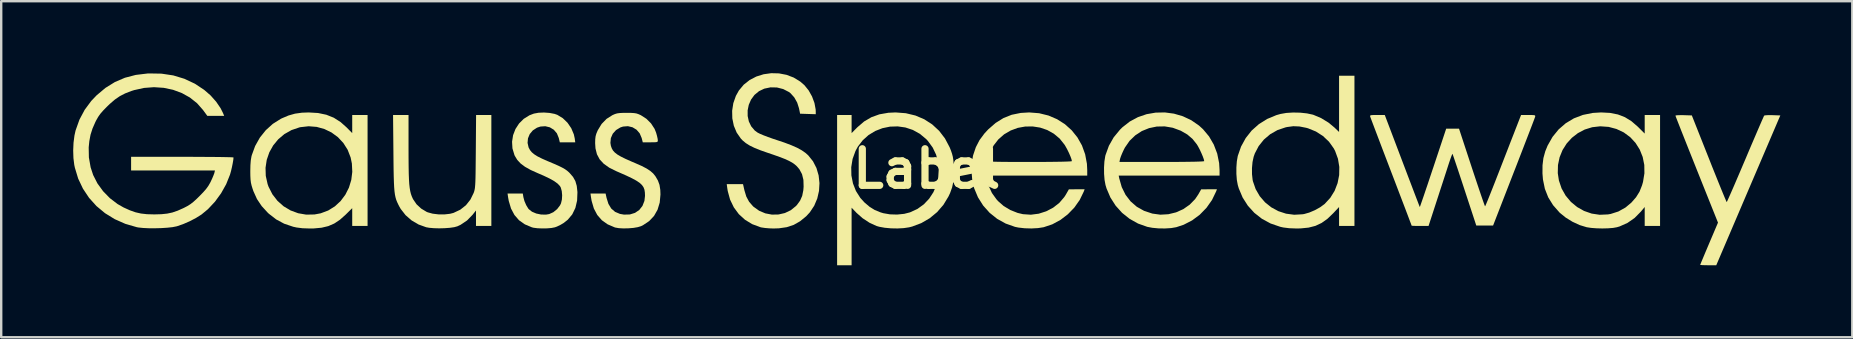
<source format=kicad_pcb>
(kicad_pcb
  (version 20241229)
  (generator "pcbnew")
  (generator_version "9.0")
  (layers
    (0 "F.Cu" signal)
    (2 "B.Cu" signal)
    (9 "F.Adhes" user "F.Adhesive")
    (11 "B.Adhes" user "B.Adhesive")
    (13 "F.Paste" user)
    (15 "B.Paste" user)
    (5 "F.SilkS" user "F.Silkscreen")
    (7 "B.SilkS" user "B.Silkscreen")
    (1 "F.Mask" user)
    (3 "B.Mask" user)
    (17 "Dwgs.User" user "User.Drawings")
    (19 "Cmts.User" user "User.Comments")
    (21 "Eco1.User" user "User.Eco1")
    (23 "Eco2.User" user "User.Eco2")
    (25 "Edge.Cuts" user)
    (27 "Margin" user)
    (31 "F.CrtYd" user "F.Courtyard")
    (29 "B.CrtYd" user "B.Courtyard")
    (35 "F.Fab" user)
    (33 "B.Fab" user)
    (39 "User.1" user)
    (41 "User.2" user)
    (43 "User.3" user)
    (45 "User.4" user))
  (footprint "Label"
    (layer "F.Cu")
    (at 35.568 3.983)
    (property "Reference" "Label" (at 0 0 0) (layer "F.SilkS") (effects (font (size 1.524 1.524) (thickness 0.3))))
    (attr board_only exclude_from_pos_files exclude_from_bom)
    (fp_poly (pts (xy 35.246 -2.234) (xy 35.569 -2.223) (xy 34.234 0.898) (xy 32.9 4.02) (xy 32.565 4.02) (xy 32.421 4.018) (xy 32.307 4.014) (xy 32.241 4.008) (xy 32.23 4.005) (xy 32.244 3.969) (xy 32.281 3.877) (xy 32.34 3.737) (xy 32.415 3.557) (xy 32.504 3.346) (xy 32.601 3.117) (xy 32.972 2.244) (xy 32.085 0.029) (xy 31.935 -0.348) (xy 31.792 -0.706) (xy 31.66 -1.038) (xy 31.54 -1.34) (xy 31.434 -1.607) (xy 31.346 -1.832) (xy 31.276 -2.01) (xy 31.227 -2.136) (xy 31.202 -2.205) (xy 31.199 -2.215) (xy 31.232 -2.226) (xy 31.32 -2.233) (xy 31.449 -2.235) (xy 31.54 -2.234) (xy 31.882 -2.223) (xy 32.598 -0.418) (xy 32.732 -0.079) (xy 32.86 0.239) (xy 32.977 0.53) (xy 33.082 0.789) (xy 33.172 1.009) (xy 33.245 1.184) (xy 33.298 1.309) (xy 33.328 1.376) (xy 33.335 1.387) (xy 33.353 1.356) (xy 33.395 1.264) (xy 33.46 1.119) (xy 33.545 0.926) (xy 33.647 0.692) (xy 33.763 0.421) (xy 33.892 0.121) (xy 34.03 -0.204) (xy 34.114 -0.4) (xy 34.256 -0.737) (xy 34.391 -1.054) (xy 34.516 -1.345) (xy 34.627 -1.604) (xy 34.723 -1.826) (xy 34.8 -2.003) (xy 34.857 -2.131) (xy 34.889 -2.203) (xy 34.897 -2.216) (xy 34.941 -2.227) (xy 35.04 -2.234) (xy 35.174 -2.235)) (stroke (width 0) (type solid)) (fill yes) (layer "F.SilkS"))
    (fp_poly (pts (xy -21.594 -0.839) (xy -21.593 -0.431) (xy -21.59 -0.087) (xy -21.585 0.2) (xy -21.576 0.438) (xy -21.564 0.634) (xy -21.546 0.795) (xy -21.524 0.929) (xy -21.496 1.043) (xy -21.461 1.144) (xy -21.419 1.239) (xy -21.403 1.27) (xy -21.261 1.479) (xy -21.067 1.659) (xy -20.841 1.795) (xy -20.79 1.816) (xy -20.588 1.871) (xy -20.348 1.9) (xy -20.098 1.902) (xy -19.866 1.876) (xy -19.721 1.839) (xy -19.437 1.705) (xy -19.201 1.518) (xy -19.013 1.279) (xy -18.881 1.008) (xy -18.862 0.955) (xy -18.847 0.901) (xy -18.834 0.84) (xy -18.824 0.764) (xy -18.816 0.667) (xy -18.809 0.539) (xy -18.804 0.376) (xy -18.8 0.169) (xy -18.797 -0.089) (xy -18.794 -0.404) (xy -18.791 -0.72) (xy -18.779 -2.241) (xy -18.143 -2.241) (xy -18.143 2.383) (xy -18.783 2.383) (xy -18.783 1.737) (xy -18.929 1.921) (xy -19.156 2.154) (xy -19.425 2.335) (xy -19.56 2.398) (xy -19.69 2.434) (xy -19.873 2.46) (xy -20.087 2.476) (xy -20.314 2.482) (xy -20.536 2.476) (xy -20.732 2.459) (xy -20.86 2.436) (xy -21.176 2.322) (xy -21.466 2.152) (xy -21.717 1.933) (xy -21.919 1.675) (xy -21.975 1.579) (xy -22.027 1.478) (xy -22.071 1.384) (xy -22.108 1.29) (xy -22.137 1.189) (xy -22.161 1.073) (xy -22.179 0.936) (xy -22.193 0.769) (xy -22.203 0.566) (xy -22.211 0.319) (xy -22.217 0.021) (xy -22.221 -0.334) (xy -22.224 -0.667) (xy -22.239 -2.241) (xy -21.594 -2.241)) (stroke (width 0) (type solid)) (fill yes) (layer "F.SilkS"))
    (fp_poly (pts (xy 28.475 -2.328) (xy 28.802 -2.263) (xy 29.095 -2.149) (xy 29.366 -1.982) (xy 29.629 -1.755) (xy 29.642 -1.742) (xy 29.918 -1.467) (xy 29.918 -2.241) (xy 30.558 -2.241) (xy 30.558 2.383) (xy 29.918 2.383) (xy 29.918 1.593) (xy 29.76 1.784) (xy 29.497 2.05) (xy 29.198 2.258) (xy 28.869 2.404) (xy 28.755 2.437) (xy 28.596 2.465) (xy 28.388 2.481) (xy 28.153 2.487) (xy 27.913 2.481) (xy 27.689 2.464) (xy 27.503 2.436) (xy 27.499 2.435) (xy 27.207 2.346) (xy 26.907 2.207) (xy 26.624 2.032) (xy 26.381 1.835) (xy 26.369 1.823) (xy 26.101 1.518) (xy 25.898 1.191) (xy 25.758 0.836) (xy 25.678 0.446) (xy 25.658 0.196) (xy 25.658 0.183) (xy 26.296 0.183) (xy 26.343 0.49) (xy 26.456 0.823) (xy 26.625 1.121) (xy 26.842 1.379) (xy 27.1 1.593) (xy 27.391 1.757) (xy 27.707 1.867) (xy 28.041 1.917) (xy 28.385 1.902) (xy 28.502 1.882) (xy 28.821 1.78) (xy 29.118 1.614) (xy 29.362 1.41) (xy 29.558 1.186) (xy 29.702 0.955) (xy 29.807 0.69) (xy 29.848 0.548) (xy 29.906 0.189) (xy 29.901 -0.16) (xy 29.834 -0.492) (xy 29.711 -0.8) (xy 29.536 -1.077) (xy 29.313 -1.318) (xy 29.047 -1.514) (xy 28.74 -1.659) (xy 28.416 -1.745) (xy 28.066 -1.77) (xy 27.732 -1.732) (xy 27.419 -1.635) (xy 27.134 -1.485) (xy 26.881 -1.289) (xy 26.666 -1.052) (xy 26.494 -0.78) (xy 26.372 -0.48) (xy 26.304 -0.157) (xy 26.296 0.183) (xy 25.658 0.183) (xy 25.66 -0.146) (xy 25.697 -0.446) (xy 25.775 -0.729) (xy 25.872 -0.966) (xy 26.078 -1.329) (xy 26.332 -1.641) (xy 26.63 -1.899) (xy 26.967 -2.101) (xy 27.342 -2.244) (xy 27.75 -2.327) (xy 28.102 -2.348)) (stroke (width 0) (type solid)) (fill yes) (layer "F.SilkS"))
    (fp_poly (pts (xy -25.365 -2.324) (xy -25.02 -2.252) (xy -24.71 -2.128) (xy -24.426 -1.947) (xy -24.184 -1.732) (xy -23.941 -1.487) (xy -23.941 -2.241) (xy -23.301 -2.241) (xy -23.301 2.383) (xy -23.941 2.383) (xy -23.941 1.641) (xy -24.217 1.914) (xy -24.453 2.124) (xy -24.689 2.281) (xy -24.939 2.39) (xy -25.218 2.456) (xy -25.54 2.486) (xy -25.719 2.488) (xy -26.013 2.478) (xy -26.258 2.447) (xy -26.396 2.417) (xy -26.774 2.29) (xy -27.108 2.111) (xy -27.413 1.875) (xy -27.46 1.831) (xy -27.714 1.554) (xy -27.91 1.261) (xy -28.059 0.932) (xy -28.092 0.836) (xy -28.134 0.699) (xy -28.162 0.577) (xy -28.178 0.446) (xy -28.186 0.286) (xy -28.188 0.107) (xy -28.185 -0.042) (xy -27.553 -0.042) (xy -27.543 0.297) (xy -27.467 0.637) (xy -27.427 0.749) (xy -27.266 1.065) (xy -27.054 1.338) (xy -26.8 1.563) (xy -26.51 1.736) (xy -26.193 1.853) (xy -25.858 1.911) (xy -25.511 1.904) (xy -25.255 1.856) (xy -24.942 1.739) (xy -24.664 1.566) (xy -24.424 1.344) (xy -24.228 1.082) (xy -24.078 0.786) (xy -23.98 0.466) (xy -23.938 0.129) (xy -23.955 -0.218) (xy -24.007 -0.471) (xy -24.131 -0.791) (xy -24.311 -1.075) (xy -24.537 -1.317) (xy -24.803 -1.512) (xy -25.1 -1.656) (xy -25.42 -1.745) (xy -25.755 -1.772) (xy -26.097 -1.734) (xy -26.139 -1.725) (xy -26.472 -1.612) (xy -26.769 -1.444) (xy -27.024 -1.228) (xy -27.234 -0.973) (xy -27.395 -0.685) (xy -27.503 -0.372) (xy -27.553 -0.042) (xy -28.185 -0.042) (xy -28.183 -0.147) (xy -28.168 -0.347) (xy -28.14 -0.512) (xy -28.125 -0.569) (xy -27.986 -0.949) (xy -27.789 -1.299) (xy -27.541 -1.609) (xy -27.249 -1.872) (xy -26.92 -2.079) (xy -26.877 -2.101) (xy -26.596 -2.22) (xy -26.324 -2.297) (xy -26.035 -2.337) (xy -25.756 -2.347)) (stroke (width 0) (type solid)) (fill yes) (layer "F.SilkS"))
    (fp_poly (pts (xy -0.871 -2.315) (xy -0.471 -2.219) (xy -0.104 -2.063) (xy 0.227 -1.849) (xy 0.516 -1.582) (xy 0.76 -1.263) (xy 0.954 -0.896) (xy 1.005 -0.769) (xy 1.053 -0.63) (xy 1.086 -0.505) (xy 1.107 -0.373) (xy 1.121 -0.21) (xy 1.129 -0.036) (xy 1.131 0.275) (xy 1.108 0.539) (xy 1.057 0.777) (xy 0.974 1.009) (xy 0.905 1.156) (xy 0.695 1.502) (xy 0.432 1.806) (xy 0.122 2.062) (xy -0.227 2.264) (xy -0.607 2.407) (xy -0.737 2.44) (xy -0.96 2.473) (xy -1.218 2.487) (xy -1.489 2.482) (xy -1.75 2.458) (xy -1.977 2.417) (xy -2.089 2.385) (xy -2.384 2.25) (xy -2.672 2.061) (xy -2.928 1.835) (xy -2.939 1.823) (xy -3.131 1.622) (xy -3.131 4.02) (xy -3.735 4.02) (xy -3.735 -0.066) (xy -3.146 -0.066) (xy -3.14 0.277) (xy -3.074 0.611) (xy -2.95 0.927) (xy -2.769 1.212) (xy -2.602 1.397) (xy -2.384 1.583) (xy -2.167 1.718) (xy -1.926 1.816) (xy -1.811 1.851) (xy -1.535 1.899) (xy -1.235 1.908) (xy -0.94 1.878) (xy -0.697 1.816) (xy -0.387 1.673) (xy -0.12 1.48) (xy 0.102 1.245) (xy 0.277 0.977) (xy 0.404 0.683) (xy 0.48 0.372) (xy 0.505 0.051) (xy 0.475 -0.271) (xy 0.391 -0.585) (xy 0.248 -0.885) (xy 0.047 -1.161) (xy -0.023 -1.237) (xy -0.288 -1.457) (xy -0.579 -1.618) (xy -0.889 -1.721) (xy -1.21 -1.766) (xy -1.532 -1.756) (xy -1.847 -1.691) (xy -2.147 -1.574) (xy -2.424 -1.406) (xy -2.668 -1.187) (xy -2.872 -0.921) (xy -2.97 -0.74) (xy -3.09 -0.409) (xy -3.146 -0.066) (xy -3.735 -0.066) (xy -3.735 -2.241) (xy -3.131 -2.241) (xy -3.131 -1.487) (xy -2.889 -1.731) (xy -2.611 -1.97) (xy -2.307 -2.148) (xy -1.972 -2.269) (xy -1.599 -2.334) (xy -1.298 -2.348)) (stroke (width 0) (type solid)) (fill yes) (layer "F.SilkS"))
    (fp_poly (pts (xy 17.823 2.383) (xy 17.182 2.383) (xy 17.182 1.594) (xy 16.937 1.855) (xy 16.696 2.086) (xy 16.454 2.258) (xy 16.197 2.379) (xy 15.911 2.452) (xy 15.582 2.485) (xy 15.404 2.488) (xy 15.106 2.477) (xy 14.857 2.446) (xy 14.728 2.417) (xy 14.329 2.28) (xy 13.968 2.085) (xy 13.651 1.836) (xy 13.382 1.54) (xy 13.164 1.199) (xy 13.003 0.818) (xy 12.961 0.676) (xy 12.922 0.465) (xy 12.903 0.212) (xy 12.903 -0.031) (xy 13.553 -0.031) (xy 13.554 0.228) (xy 13.58 0.462) (xy 13.592 0.519) (xy 13.706 0.848) (xy 13.877 1.143) (xy 14.096 1.397) (xy 14.357 1.606) (xy 14.652 1.766) (xy 14.973 1.871) (xy 15.312 1.916) (xy 15.662 1.896) (xy 15.728 1.885) (xy 15.939 1.825) (xy 16.17 1.727) (xy 16.391 1.605) (xy 16.572 1.473) (xy 16.583 1.464) (xy 16.817 1.209) (xy 16.997 0.918) (xy 17.12 0.599) (xy 17.186 0.264) (xy 17.192 -0.078) (xy 17.136 -0.416) (xy 17.018 -0.74) (xy 16.961 -0.849) (xy 16.762 -1.128) (xy 16.511 -1.365) (xy 16.217 -1.553) (xy 15.888 -1.687) (xy 15.811 -1.708) (xy 15.531 -1.763) (xy 15.276 -1.774) (xy 15.018 -1.74) (xy 14.95 -1.725) (xy 14.614 -1.611) (xy 14.311 -1.439) (xy 14.048 -1.215) (xy 13.833 -0.947) (xy 13.672 -0.64) (xy 13.623 -0.501) (xy 13.576 -0.284) (xy 13.553 -0.031) (xy 12.903 -0.031) (xy 12.903 -0.055) (xy 12.922 -0.311) (xy 12.96 -0.528) (xy 12.961 -0.534) (xy 13.098 -0.926) (xy 13.293 -1.281) (xy 13.541 -1.594) (xy 13.84 -1.859) (xy 14.184 -2.075) (xy 14.568 -2.235) (xy 14.74 -2.284) (xy 14.985 -2.327) (xy 15.268 -2.344) (xy 15.562 -2.338) (xy 15.844 -2.308) (xy 16.086 -2.256) (xy 16.115 -2.247) (xy 16.434 -2.112) (xy 16.743 -1.923) (xy 16.986 -1.722) (xy 17.182 -1.534) (xy 17.182 -3.878) (xy 17.823 -3.878)) (stroke (width 0) (type solid)) (fill yes) (layer "F.SilkS"))
    (fp_poly (pts (xy 10.302 -2.297) (xy 10.672 -2.189) (xy 11.022 -2.024) (xy 11.345 -1.801) (xy 11.513 -1.648) (xy 11.764 -1.348) (xy 11.962 -1.006) (xy 12.104 -0.633) (xy 12.184 -0.238) (xy 12.202 0.056) (xy 12.202 0.285) (xy 7.999 0.285) (xy 8.022 0.4) (xy 8.126 0.765) (xy 8.285 1.086) (xy 8.495 1.359) (xy 8.753 1.583) (xy 9.057 1.753) (xy 9.4 1.867) (xy 9.735 1.913) (xy 10.069 1.894) (xy 10.39 1.816) (xy 10.69 1.682) (xy 10.957 1.496) (xy 11.184 1.264) (xy 11.313 1.073) (xy 11.437 0.856) (xy 12.093 0.854) (xy 12.061 0.94) (xy 11.887 1.301) (xy 11.656 1.628) (xy 11.377 1.914) (xy 11.058 2.151) (xy 10.705 2.333) (xy 10.4 2.434) (xy 10.187 2.471) (xy 9.932 2.487) (xy 9.662 2.484) (xy 9.403 2.46) (xy 9.191 2.42) (xy 8.806 2.283) (xy 8.454 2.086) (xy 8.14 1.836) (xy 7.872 1.538) (xy 7.654 1.198) (xy 7.493 0.822) (xy 7.449 0.676) (xy 7.41 0.465) (xy 7.39 0.213) (xy 7.388 -0.054) (xy 7.402 -0.285) (xy 8.031 -0.285) (xy 9.796 -0.285) (xy 10.229 -0.285) (xy 10.605 -0.287) (xy 10.922 -0.291) (xy 11.178 -0.295) (xy 11.371 -0.301) (xy 11.498 -0.308) (xy 11.557 -0.316) (xy 11.562 -0.319) (xy 11.546 -0.394) (xy 11.504 -0.513) (xy 11.444 -0.655) (xy 11.375 -0.803) (xy 11.304 -0.937) (xy 11.257 -1.015) (xy 11.075 -1.244) (xy 10.858 -1.429) (xy 10.589 -1.584) (xy 10.583 -1.587) (xy 10.253 -1.709) (xy 9.918 -1.766) (xy 9.586 -1.76) (xy 9.266 -1.694) (xy 8.964 -1.572) (xy 8.691 -1.394) (xy 8.453 -1.165) (xy 8.26 -0.887) (xy 8.217 -0.805) (xy 8.15 -0.661) (xy 8.094 -0.526) (xy 8.059 -0.424) (xy 8.053 -0.4) (xy 8.031 -0.285) (xy 7.402 -0.285) (xy 7.404 -0.309) (xy 7.439 -0.528) (xy 7.449 -0.569) (xy 7.59 -0.957) (xy 7.789 -1.308) (xy 8.051 -1.627) (xy 8.153 -1.728) (xy 8.461 -1.969) (xy 8.8 -2.151) (xy 9.162 -2.275) (xy 9.539 -2.34) (xy 9.922 -2.348)) (stroke (width 0) (type solid)) (fill yes) (layer "F.SilkS"))
    (fp_poly (pts (xy -15.716 -2.327) (xy -15.507 -2.287) (xy -15.394 -2.247) (xy -15.168 -2.11) (xy -14.97 -1.919) (xy -14.813 -1.689) (xy -14.706 -1.434) (xy -14.669 -1.267) (xy -14.647 -1.103) (xy -15.29 -1.103) (xy -15.333 -1.282) (xy -15.412 -1.476) (xy -15.54 -1.626) (xy -15.705 -1.727) (xy -15.894 -1.773) (xy -16.097 -1.76) (xy -16.241 -1.712) (xy -16.416 -1.598) (xy -16.543 -1.446) (xy -16.617 -1.268) (xy -16.634 -1.078) (xy -16.591 -0.889) (xy -16.531 -0.778) (xy -16.457 -0.687) (xy -16.355 -0.602) (xy -16.217 -0.515) (xy -16.031 -0.422) (xy -15.789 -0.315) (xy -15.759 -0.303) (xy -15.517 -0.201) (xy -15.33 -0.118) (xy -15.187 -0.047) (xy -15.077 0.016) (xy -14.989 0.078) (xy -14.911 0.146) (xy -14.88 0.177) (xy -14.738 0.342) (xy -14.642 0.514) (xy -14.584 0.714) (xy -14.557 0.96) (xy -14.556 0.985) (xy -14.57 1.328) (xy -14.642 1.633) (xy -14.771 1.899) (xy -14.958 2.123) (xy -15.133 2.261) (xy -15.267 2.34) (xy -15.409 2.408) (xy -15.494 2.439) (xy -15.636 2.467) (xy -15.822 2.483) (xy -16.025 2.486) (xy -16.221 2.478) (xy -16.386 2.457) (xy -16.453 2.44) (xy -16.747 2.316) (xy -16.989 2.146) (xy -17.18 1.927) (xy -17.323 1.658) (xy -17.419 1.336) (xy -17.446 1.183) (xy -17.468 1.032) (xy -16.833 1.032) (xy -16.808 1.183) (xy -16.764 1.347) (xy -16.691 1.516) (xy -16.605 1.657) (xy -16.582 1.685) (xy -16.45 1.789) (xy -16.271 1.865) (xy -16.068 1.907) (xy -15.863 1.91) (xy -15.731 1.887) (xy -15.559 1.809) (xy -15.401 1.68) (xy -15.28 1.522) (xy -15.241 1.44) (xy -15.203 1.283) (xy -15.193 1.104) (xy -15.209 0.929) (xy -15.25 0.782) (xy -15.284 0.721) (xy -15.378 0.621) (xy -15.519 0.518) (xy -15.713 0.408) (xy -15.966 0.287) (xy -16.199 0.187) (xy -16.501 0.051) (xy -16.741 -0.083) (xy -16.926 -0.222) (xy -17.065 -0.373) (xy -17.166 -0.54) (xy -17.182 -0.576) (xy -17.264 -0.85) (xy -17.28 -1.128) (xy -17.237 -1.401) (xy -17.138 -1.657) (xy -16.988 -1.887) (xy -16.793 -2.081) (xy -16.555 -2.229) (xy -16.372 -2.299) (xy -16.176 -2.335) (xy -15.948 -2.344)) (stroke (width 0) (type solid)) (fill yes) (layer "F.SilkS"))
    (fp_poly (pts (xy -12.325 -2.329) (xy -12.197 -2.321) (xy -12.1 -2.306) (xy -12.013 -2.277) (xy -11.917 -2.234) (xy -11.911 -2.231) (xy -11.683 -2.084) (xy -11.488 -1.889) (xy -11.341 -1.663) (xy -11.278 -1.506) (xy -11.241 -1.374) (xy -11.215 -1.258) (xy -11.206 -1.188) (xy -11.209 -1.147) (xy -11.227 -1.122) (xy -11.275 -1.109) (xy -11.366 -1.104) (xy -11.513 -1.103) (xy -11.833 -1.103) (xy -11.879 -1.282) (xy -11.962 -1.477) (xy -12.093 -1.628) (xy -12.26 -1.729) (xy -12.452 -1.775) (xy -12.655 -1.759) (xy -12.763 -1.724) (xy -12.947 -1.613) (xy -13.083 -1.461) (xy -13.163 -1.279) (xy -13.182 -1.08) (xy -13.162 -0.957) (xy -13.126 -0.853) (xy -13.075 -0.762) (xy -12.999 -0.678) (xy -12.893 -0.595) (xy -12.747 -0.509) (xy -12.553 -0.413) (xy -12.305 -0.303) (xy -12.143 -0.234) (xy -11.88 -0.118) (xy -11.676 -0.012) (xy -11.52 0.09) (xy -11.401 0.194) (xy -11.31 0.306) (xy -11.203 0.488) (xy -11.136 0.671) (xy -11.103 0.88) (xy -11.096 1.073) (xy -11.127 1.408) (xy -11.217 1.706) (xy -11.364 1.965) (xy -11.568 2.181) (xy -11.826 2.353) (xy -11.906 2.392) (xy -12.042 2.433) (xy -12.225 2.464) (xy -12.434 2.481) (xy -12.646 2.485) (xy -12.838 2.474) (xy -12.988 2.447) (xy -13.002 2.442) (xy -13.298 2.315) (xy -13.54 2.143) (xy -13.73 1.924) (xy -13.871 1.657) (xy -13.965 1.337) (xy -13.994 1.165) (xy -14.012 1.032) (xy -13.382 1.032) (xy -13.343 1.211) (xy -13.264 1.464) (xy -13.147 1.657) (xy -12.987 1.795) (xy -12.783 1.881) (xy -12.615 1.91) (xy -12.371 1.904) (xy -12.156 1.837) (xy -11.979 1.716) (xy -11.846 1.547) (xy -11.764 1.337) (xy -11.74 1.128) (xy -11.745 0.991) (xy -11.763 0.873) (xy -11.802 0.77) (xy -11.868 0.676) (xy -11.966 0.585) (xy -12.104 0.493) (xy -12.287 0.394) (xy -12.522 0.282) (xy -12.815 0.153) (xy -12.931 0.103) (xy -13.229 -0.045) (xy -13.46 -0.209) (xy -13.63 -0.393) (xy -13.743 -0.605) (xy -13.804 -0.849) (xy -13.818 -1.068) (xy -13.814 -1.232) (xy -13.799 -1.355) (xy -13.767 -1.467) (xy -13.712 -1.596) (xy -13.707 -1.607) (xy -13.549 -1.867) (xy -13.343 -2.079) (xy -13.097 -2.235) (xy -13.091 -2.238) (xy -12.995 -2.28) (xy -12.905 -2.307) (xy -12.802 -2.322) (xy -12.666 -2.329) (xy -12.504 -2.33)) (stroke (width 0) (type solid)) (fill yes) (layer "F.SilkS"))
    (fp_poly (pts (xy 4.683 -2.315) (xy 5.072 -2.219) (xy 5.432 -2.065) (xy 5.756 -1.859) (xy 6.04 -1.604) (xy 6.279 -1.307) (xy 6.468 -0.972) (xy 6.601 -0.604) (xy 6.675 -0.208) (xy 6.688 0.052) (xy 6.688 0.285) (xy 2.487 0.285) (xy 2.509 0.418) (xy 2.588 0.731) (xy 2.717 1.01) (xy 2.905 1.272) (xy 2.974 1.349) (xy 3.204 1.551) (xy 3.481 1.718) (xy 3.786 1.839) (xy 4.01 1.892) (xy 4.339 1.914) (xy 4.666 1.872) (xy 4.979 1.772) (xy 5.269 1.62) (xy 5.524 1.421) (xy 5.732 1.178) (xy 5.799 1.073) (xy 5.923 0.856) (xy 6.251 0.855) (xy 6.579 0.854) (xy 6.543 0.951) (xy 6.375 1.298) (xy 6.151 1.616) (xy 5.879 1.897) (xy 5.57 2.133) (xy 5.232 2.315) (xy 4.876 2.434) (xy 4.874 2.435) (xy 4.637 2.472) (xy 4.363 2.487) (xy 4.08 2.479) (xy 3.817 2.449) (xy 3.677 2.42) (xy 3.288 2.282) (xy 2.933 2.085) (xy 2.62 1.834) (xy 2.352 1.534) (xy 2.135 1.19) (xy 1.974 0.806) (xy 1.935 0.676) (xy 1.896 0.465) (xy 1.875 0.212) (xy 1.873 -0.056) (xy 1.89 -0.314) (xy 1.894 -0.337) (xy 2.526 -0.337) (xy 2.533 -0.325) (xy 2.56 -0.315) (xy 2.611 -0.306) (xy 2.691 -0.3) (xy 2.808 -0.295) (xy 2.965 -0.291) (xy 3.169 -0.288) (xy 3.426 -0.286) (xy 3.74 -0.285) (xy 4.118 -0.285) (xy 4.287 -0.285) (xy 4.707 -0.285) (xy 5.076 -0.287) (xy 5.39 -0.291) (xy 5.647 -0.295) (xy 5.843 -0.301) (xy 5.975 -0.307) (xy 6.041 -0.315) (xy 6.048 -0.319) (xy 6.031 -0.399) (xy 5.986 -0.521) (xy 5.922 -0.668) (xy 5.847 -0.821) (xy 5.768 -0.962) (xy 5.745 -0.999) (xy 5.54 -1.257) (xy 5.295 -1.462) (xy 5.021 -1.615) (xy 4.724 -1.716) (xy 4.415 -1.764) (xy 4.102 -1.76) (xy 3.793 -1.704) (xy 3.498 -1.595) (xy 3.224 -1.435) (xy 2.982 -1.222) (xy 2.792 -0.978) (xy 2.722 -0.855) (xy 2.652 -0.709) (xy 2.59 -0.562) (xy 2.545 -0.433) (xy 2.526 -0.343) (xy 2.526 -0.337) (xy 1.894 -0.337) (xy 1.926 -0.535) (xy 1.935 -0.569) (xy 2.047 -0.901) (xy 2.199 -1.194) (xy 2.401 -1.467) (xy 2.56 -1.639) (xy 2.869 -1.909) (xy 3.193 -2.111) (xy 3.539 -2.25) (xy 3.916 -2.327) (xy 4.269 -2.348)) (stroke (width 0) (type solid)) (fill yes) (layer "F.SilkS"))
    (fp_poly (pts (xy -6.159 -3.975) (xy -5.844 -3.915) (xy -5.544 -3.801) (xy -5.27 -3.633) (xy -5.098 -3.484) (xy -4.923 -3.268) (xy -4.78 -3.013) (xy -4.679 -2.741) (xy -4.629 -2.472) (xy -4.625 -2.38) (xy -4.625 -2.274) (xy -4.951 -2.284) (xy -5.277 -2.295) (xy -5.323 -2.52) (xy -5.399 -2.759) (xy -5.52 -2.974) (xy -5.675 -3.147) (xy -5.741 -3.198) (xy -5.982 -3.322) (xy -6.243 -3.388) (xy -6.511 -3.393) (xy -6.77 -3.339) (xy -6.989 -3.234) (xy -7.179 -3.077) (xy -7.321 -2.884) (xy -7.416 -2.665) (xy -7.463 -2.433) (xy -7.462 -2.198) (xy -7.413 -1.972) (xy -7.314 -1.767) (xy -7.167 -1.594) (xy -7.048 -1.507) (xy -6.951 -1.458) (xy -6.802 -1.395) (xy -6.617 -1.324) (xy -6.413 -1.252) (xy -6.287 -1.21) (xy -5.933 -1.092) (xy -5.641 -0.981) (xy -5.402 -0.876) (xy -5.209 -0.77) (xy -5.052 -0.661) (xy -4.941 -0.562) (xy -4.74 -0.313) (xy -4.595 -0.03) (xy -4.505 0.277) (xy -4.47 0.597) (xy -4.489 0.921) (xy -4.562 1.239) (xy -4.689 1.54) (xy -4.87 1.813) (xy -5.021 1.977) (xy -5.278 2.187) (xy -5.544 2.338) (xy -5.834 2.434) (xy -6.16 2.481) (xy -6.385 2.488) (xy -6.563 2.482) (xy -6.738 2.467) (xy -6.882 2.446) (xy -6.93 2.435) (xy -7.272 2.308) (xy -7.573 2.125) (xy -7.831 1.89) (xy -8.039 1.608) (xy -8.195 1.285) (xy -8.293 0.926) (xy -8.31 0.819) (xy -8.334 0.64) (xy -7.656 0.64) (xy -7.598 0.896) (xy -7.518 1.16) (xy -7.402 1.375) (xy -7.241 1.56) (xy -7.219 1.581) (xy -6.985 1.749) (xy -6.726 1.858) (xy -6.453 1.91) (xy -6.178 1.905) (xy -5.911 1.844) (xy -5.664 1.726) (xy -5.449 1.552) (xy -5.41 1.509) (xy -5.277 1.327) (xy -5.19 1.13) (xy -5.143 0.896) (xy -5.131 0.747) (xy -5.139 0.464) (xy -5.197 0.225) (xy -5.307 0.02) (xy -5.413 -0.104) (xy -5.503 -0.184) (xy -5.611 -0.259) (xy -5.745 -0.332) (xy -5.914 -0.409) (xy -6.129 -0.492) (xy -6.397 -0.587) (xy -6.61 -0.659) (xy -6.922 -0.768) (xy -7.174 -0.869) (xy -7.377 -0.968) (xy -7.539 -1.07) (xy -7.671 -1.179) (xy -7.746 -1.258) (xy -7.92 -1.508) (xy -8.039 -1.793) (xy -8.102 -2.1) (xy -8.109 -2.418) (xy -8.06 -2.734) (xy -7.953 -3.038) (xy -7.828 -3.262) (xy -7.625 -3.505) (xy -7.379 -3.699) (xy -7.1 -3.844) (xy -6.797 -3.939) (xy -6.48 -3.983)) (stroke (width 0) (type solid)) (fill yes) (layer "F.SilkS"))
    (fp_poly (pts (xy 19.812 -0.329) (xy 19.945 0.021) (xy 20.07 0.351) (xy 20.186 0.655) (xy 20.289 0.926) (xy 20.378 1.159) (xy 20.451 1.349) (xy 20.504 1.488) (xy 20.537 1.572) (xy 20.546 1.594) (xy 20.559 1.564) (xy 20.591 1.472) (xy 20.642 1.326) (xy 20.709 1.132) (xy 20.789 0.895) (xy 20.881 0.624) (xy 20.981 0.323) (xy 21.089 0.000136) (xy 21.101 -0.033) (xy 21.646 -1.672) (xy 21.913 -1.671) (xy 22.181 -1.67) (xy 22.713 -0.052) (xy 22.82 0.271) (xy 22.921 0.573) (xy 23.013 0.847) (xy 23.094 1.086) (xy 23.162 1.284) (xy 23.215 1.434) (xy 23.25 1.53) (xy 23.266 1.565) (xy 23.266 1.565) (xy 23.283 1.533) (xy 23.322 1.442) (xy 23.382 1.298) (xy 23.458 1.108) (xy 23.549 0.88) (xy 23.652 0.62) (xy 23.763 0.335) (xy 23.814 0.205) (xy 23.939 -0.116) (xy 24.064 -0.438) (xy 24.186 -0.751) (xy 24.299 -1.043) (xy 24.401 -1.304) (xy 24.486 -1.521) (xy 24.549 -1.685) (xy 24.555 -1.699) (xy 24.766 -2.241) (xy 25.069 -2.241) (xy 25.216 -2.24) (xy 25.304 -2.235) (xy 25.347 -2.223) (xy 25.358 -2.198) (xy 25.35 -2.161) (xy 25.334 -2.115) (xy 25.294 -2.008) (xy 25.233 -1.847) (xy 25.152 -1.636) (xy 25.054 -1.381) (xy 24.941 -1.089) (xy 24.816 -0.764) (xy 24.68 -0.413) (xy 24.536 -0.041) (xy 24.464 0.142) (xy 23.6 2.366) (xy 22.9 2.366) (xy 22.412 0.88) (xy 22.31 0.569) (xy 22.214 0.28) (xy 22.128 0.019) (xy 22.052 -0.206) (xy 21.99 -0.39) (xy 21.944 -0.525) (xy 21.916 -0.604) (xy 21.908 -0.622) (xy 21.892 -0.597) (xy 21.859 -0.516) (xy 21.815 -0.392) (xy 21.763 -0.239) (xy 21.763 -0.239) (xy 21.719 -0.104) (xy 21.658 0.086) (xy 21.582 0.32) (xy 21.496 0.585) (xy 21.403 0.869) (xy 21.309 1.159) (xy 21.272 1.272) (xy 20.911 2.383) (xy 20.559 2.383) (xy 20.41 2.382) (xy 20.292 2.379) (xy 20.221 2.374) (xy 20.206 2.371) (xy 20.194 2.336) (xy 20.158 2.241) (xy 20.101 2.09) (xy 20.025 1.889) (xy 19.932 1.643) (xy 19.823 1.359) (xy 19.702 1.041) (xy 19.57 0.695) (xy 19.429 0.326) (xy 19.357 0.138) (xy 19.212 -0.242) (xy 19.074 -0.603) (xy 18.945 -0.941) (xy 18.828 -1.25) (xy 18.724 -1.523) (xy 18.636 -1.755) (xy 18.566 -1.94) (xy 18.516 -2.073) (xy 18.488 -2.148) (xy 18.483 -2.161) (xy 18.474 -2.199) (xy 18.485 -2.223) (xy 18.527 -2.235) (xy 18.614 -2.24) (xy 18.759 -2.241) (xy 18.772 -2.241) (xy 19.087 -2.241)) (stroke (width 0) (type solid)) (fill yes) (layer "F.SilkS"))
    (fp_poly (pts (xy -31.888 -3.964) (xy -31.396 -3.89) (xy -30.934 -3.75) (xy -30.5 -3.546) (xy -30.111 -3.289) (xy -29.844 -3.057) (xy -29.611 -2.795) (xy -29.424 -2.521) (xy -29.326 -2.324) (xy -29.277 -2.206) (xy -29.98 -2.206) (xy -30.158 -2.449) (xy -30.407 -2.732) (xy -30.704 -2.968) (xy -31.04 -3.155) (xy -31.407 -3.291) (xy -31.797 -3.373) (xy -32.202 -3.4) (xy -32.615 -3.369) (xy -33.027 -3.278) (xy -33.147 -3.24) (xy -33.402 -3.141) (xy -33.623 -3.027) (xy -33.83 -2.885) (xy -34.043 -2.702) (xy -34.17 -2.579) (xy -34.325 -2.42) (xy -34.44 -2.287) (xy -34.529 -2.159) (xy -34.609 -2.018) (xy -34.64 -1.957) (xy -34.762 -1.68) (xy -34.845 -1.421) (xy -34.896 -1.15) (xy -34.922 -0.889) (xy -34.914 -0.472) (xy -34.841 -0.058) (xy -34.735 0.263) (xy -34.558 0.61) (xy -34.322 0.935) (xy -34.038 1.226) (xy -33.718 1.47) (xy -33.468 1.612) (xy -33.207 1.73) (xy -32.973 1.813) (xy -32.743 1.865) (xy -32.493 1.893) (xy -32.198 1.901) (xy -32.177 1.901) (xy -31.891 1.893) (xy -31.651 1.868) (xy -31.435 1.822) (xy -31.219 1.748) (xy -30.981 1.642) (xy -30.95 1.627) (xy -30.804 1.551) (xy -30.679 1.472) (xy -30.554 1.374) (xy -30.413 1.245) (xy -30.306 1.14) (xy -30.145 0.974) (xy -30.025 0.836) (xy -29.934 0.71) (xy -29.859 0.579) (xy -29.836 0.534) (xy -29.772 0.396) (xy -29.72 0.271) (xy -29.687 0.182) (xy -29.684 0.169) (xy -29.661 0.071) (xy -33.155 0.071) (xy -33.155 -0.498) (xy -31.021 -0.498) (xy -30.638 -0.498) (xy -30.278 -0.496) (xy -29.946 -0.494) (xy -29.648 -0.492) (xy -29.39 -0.489) (xy -29.179 -0.485) (xy -29.021 -0.481) (xy -28.921 -0.476) (xy -28.887 -0.471) (xy -28.887 -0.471) (xy -28.896 -0.374) (xy -28.92 -0.232) (xy -28.953 -0.068) (xy -28.991 0.095) (xy -29.03 0.233) (xy -29.035 0.249) (xy -29.193 0.643) (xy -29.406 1.023) (xy -29.662 1.374) (xy -29.952 1.683) (xy -30.223 1.907) (xy -30.448 2.048) (xy -30.711 2.186) (xy -30.984 2.305) (xy -31.238 2.393) (xy -31.27 2.401) (xy -31.433 2.433) (xy -31.649 2.456) (xy -31.897 2.472) (xy -32.16 2.479) (xy -32.418 2.478) (xy -32.653 2.467) (xy -32.846 2.447) (xy -32.918 2.434) (xy -33.398 2.294) (xy -33.84 2.098) (xy -34.242 1.85) (xy -34.599 1.553) (xy -34.906 1.212) (xy -35.161 0.83) (xy -35.36 0.411) (xy -35.497 -0.04) (xy -35.523 -0.161) (xy -35.558 -0.445) (xy -35.568 -0.762) (xy -35.554 -1.085) (xy -35.515 -1.388) (xy -35.468 -1.598) (xy -35.307 -2.049) (xy -35.09 -2.456) (xy -34.816 -2.826) (xy -34.591 -3.062) (xy -34.224 -3.37) (xy -33.832 -3.613) (xy -33.413 -3.793) (xy -32.961 -3.911) (xy -32.472 -3.97) (xy -32.408 -3.973)) (stroke (width 0) (type solid)) (fill yes) (layer "F.SilkS")))
  (gr_rect
    (start -3 -3)
    (end 74.137 11.003)
    (stroke (width 0.1) (type default))
    (fill no)
    (layer "Edge.Cuts")))
</source>
